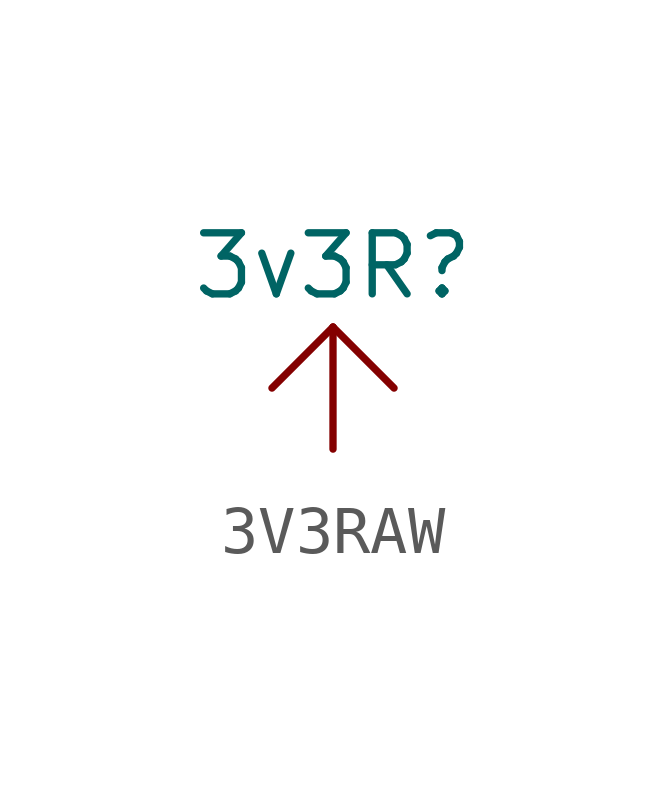
<source format=kicad_sym>
(kicad_symbol_lib
  (version 20211014)
  (generator kicad_symbol_editor)
  (symbol "3V3RAW"
    (power)
    (property "Reference" "3v3R"
      (at 0 0 0)
      (effects (font (size 1.27 1.27))))
    (symbol "3V3RAW_0_1"
      (polyline (pts (xy 0 -1.27) (xy -1.27 -2.54)) (stroke (width 0) (type default) (color 0 0 0 0)) (fill (type none)))
      (polyline (pts (xy 0 -1.27) (xy 1.27 -2.54)) (stroke (width 0) (type default) (color 0 0 0 0)) (fill (type none))))
    (symbol "3V3RAW_1_1"
      (pin power_in line (at 0 -3.81 90) (length 2.54) (name "" (effects (font (size 1.27 1.27)))) (number "" (effects (font (size 1.27 1.27))))))))
</source>
